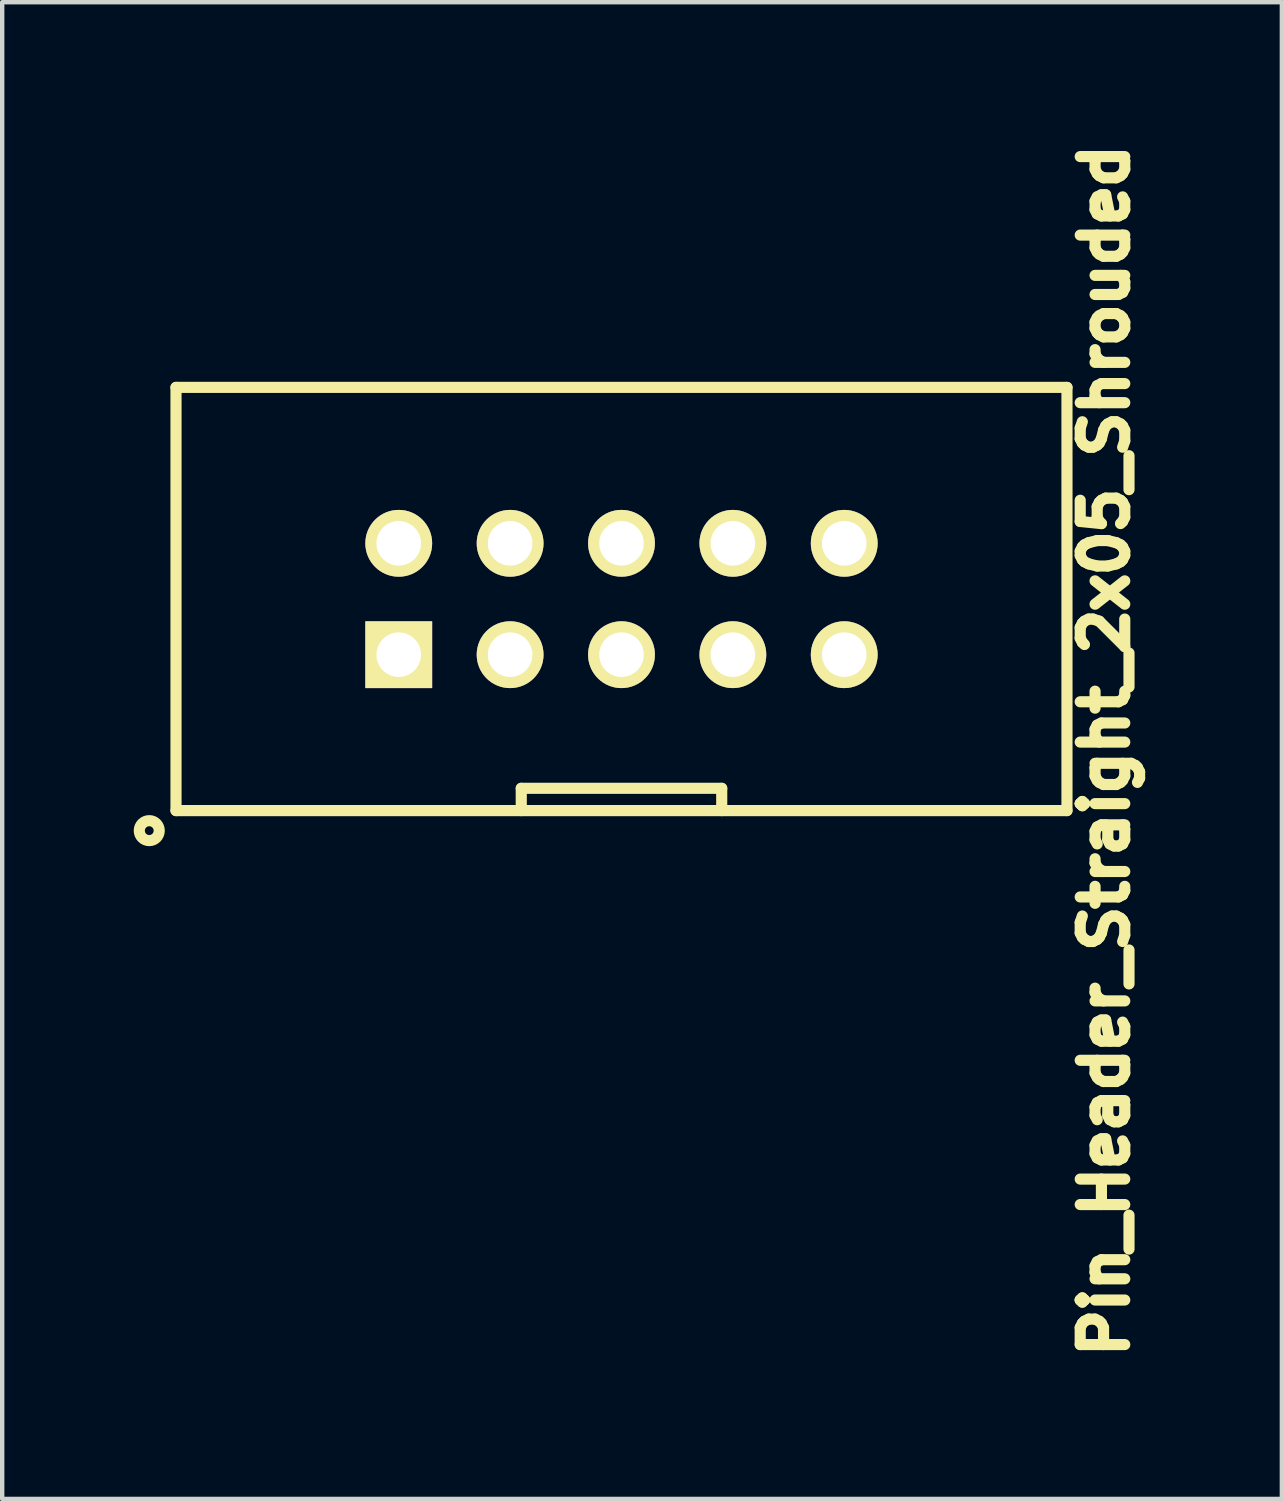
<source format=kicad_pcb>
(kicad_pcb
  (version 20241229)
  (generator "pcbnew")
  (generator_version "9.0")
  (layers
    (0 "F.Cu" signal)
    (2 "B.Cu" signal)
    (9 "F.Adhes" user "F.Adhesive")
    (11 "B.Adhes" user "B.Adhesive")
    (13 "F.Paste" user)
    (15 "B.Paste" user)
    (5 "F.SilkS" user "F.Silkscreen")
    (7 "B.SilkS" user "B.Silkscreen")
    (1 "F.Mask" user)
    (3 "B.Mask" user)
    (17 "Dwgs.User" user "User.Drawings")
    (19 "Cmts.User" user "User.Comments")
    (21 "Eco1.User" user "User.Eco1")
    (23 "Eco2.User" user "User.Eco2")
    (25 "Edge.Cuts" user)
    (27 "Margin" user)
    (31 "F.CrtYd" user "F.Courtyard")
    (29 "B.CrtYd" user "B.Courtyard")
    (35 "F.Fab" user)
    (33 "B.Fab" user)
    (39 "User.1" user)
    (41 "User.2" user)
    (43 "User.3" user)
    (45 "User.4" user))
  (footprint "Pin_Header_Straight_2x05_Shrouded"
    (layer "F.Cu")
    (at 11.124 10.611)
    (property "Reference" "Pin_Header_Straight_2x05_Shrouded" (at 11.021 3.457 90) (layer "F.SilkS") (effects (font (size 1.016 1.016) (thickness 0.254))))
    (attr through_hole)
    (fp_line (start -10.16 -4.826) (end 10.16 -4.826) (stroke (width 0.254) (type solid)) (layer "F.SilkS"))
    (fp_line (start -10.16 4.826) (end -10.16 -4.826) (stroke (width 0.254) (type solid)) (layer "F.SilkS"))
    (fp_line (start -2.286 4.318) (end -2.286 4.826) (stroke (width 0.254) (type solid)) (layer "F.SilkS"))
    (fp_line (start 2.286 4.318) (end -2.286 4.318) (stroke (width 0.254) (type solid)) (layer "F.SilkS"))
    (fp_line (start 2.286 4.826) (end 2.286 4.318) (stroke (width 0.254) (type solid)) (layer "F.SilkS"))
    (fp_line (start 10.16 -4.826) (end 10.16 4.826) (stroke (width 0.254) (type solid)) (layer "F.SilkS"))
    (fp_line (start 10.16 4.826) (end -10.16 4.826) (stroke (width 0.254) (type solid)) (layer "F.SilkS"))
    (fp_circle (center -10.77 5.283) (end -10.566 5.182) (stroke (width 0.254) (type solid)) (fill no) (layer "F.SilkS"))
    (pad "1" thru_hole rect (at -5.08 1.27) (size 1.524 1.524) (drill 1.016) (layers "*.Cu" "*.Mask" "F.SilkS"))
    (pad "2" thru_hole circle (at -5.08 -1.27) (size 1.524 1.524) (drill 1.016) (layers "*.Cu" "*.Mask" "F.SilkS"))
    (pad "3" thru_hole circle (at -2.54 1.27) (size 1.524 1.524) (drill 1.016) (layers "*.Cu" "*.Mask" "F.SilkS"))
    (pad "4" thru_hole circle (at -2.54 -1.27) (size 1.524 1.524) (drill 1.016) (layers "*.Cu" "*.Mask" "F.SilkS"))
    (pad "5" thru_hole circle (at 0 1.27) (size 1.524 1.524) (drill 1.016) (layers "*.Cu" "*.Mask" "F.SilkS"))
    (pad "6" thru_hole circle (at 0 -1.27) (size 1.524 1.524) (drill 1.016) (layers "*.Cu" "*.Mask" "F.SilkS"))
    (pad "7" thru_hole circle (at 2.54 1.27) (size 1.524 1.524) (drill 1.016) (layers "*.Cu" "*.Mask" "F.SilkS"))
    (pad "8" thru_hole circle (at 2.54 -1.27) (size 1.524 1.524) (drill 1.016) (layers "*.Cu" "*.Mask" "F.SilkS"))
    (pad "9" thru_hole circle (at 5.08 1.27) (size 1.524 1.524) (drill 1.016) (layers "*.Cu" "*.Mask" "F.SilkS"))
    (pad "10" thru_hole circle (at 5.08 -1.27) (size 1.524 1.524) (drill 1.016) (layers "*.Cu" "*.Mask" "F.SilkS")))
  (gr_rect
    (start -3 -3)
    (end 26.185 31.136)
    (stroke (width 0.1) (type default))
    (fill no)
    (layer "Edge.Cuts")))
</source>
